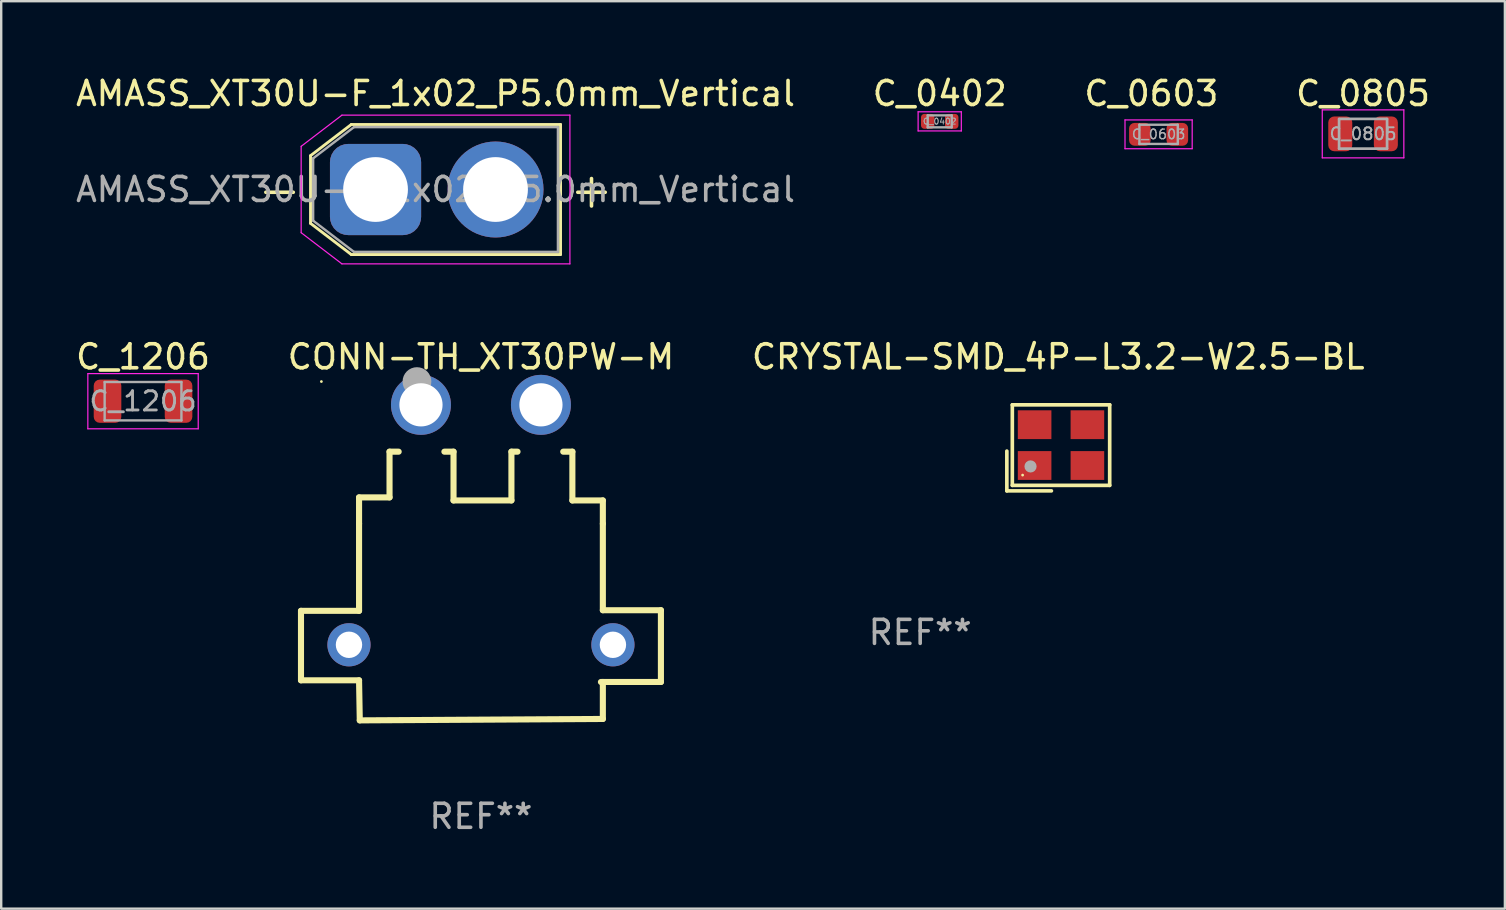
<source format=kicad_pcb>
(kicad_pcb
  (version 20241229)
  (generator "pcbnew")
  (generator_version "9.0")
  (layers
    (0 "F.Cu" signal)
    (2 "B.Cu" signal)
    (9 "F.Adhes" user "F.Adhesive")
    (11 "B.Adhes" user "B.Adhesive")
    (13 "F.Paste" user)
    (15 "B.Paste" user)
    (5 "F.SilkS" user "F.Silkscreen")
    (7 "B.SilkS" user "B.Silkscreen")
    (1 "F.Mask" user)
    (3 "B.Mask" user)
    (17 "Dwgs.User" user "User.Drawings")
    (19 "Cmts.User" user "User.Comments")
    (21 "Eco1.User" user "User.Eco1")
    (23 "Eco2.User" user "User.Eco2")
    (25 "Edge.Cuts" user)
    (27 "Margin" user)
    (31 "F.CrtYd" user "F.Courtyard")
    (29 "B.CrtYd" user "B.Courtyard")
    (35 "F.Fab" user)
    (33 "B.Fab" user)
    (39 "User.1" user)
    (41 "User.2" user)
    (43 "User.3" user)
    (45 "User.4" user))
  (footprint "CONN-TH_XT30PW-M"
    (layer "F.Cu")
    (at 16.994 18.822)
    (property "Reference" "CONN-TH_XT30PW-M" (at -0.000127 -7 0) (layer "F.SilkS") (effects (font (size 1 1) (thickness 0.15))))
    (attr through_hole)
    (fp_line (start -7.5 3.585) (end -7.5 6.48) (stroke (width 0.254) (type solid)) (layer "F.SilkS"))
    (fp_line (start -7.5 3.585) (end -5.08 3.585) (stroke (width 0.254) (type solid)) (layer "F.SilkS"))
    (fp_line (start -7.5 6.48) (end -5.08 6.48) (stroke (width 0.254) (type solid)) (layer "F.SilkS"))
    (fp_line (start -5.08 3.585) (end -5.08 -0.047) (stroke (width 0.254) (type solid)) (layer "F.SilkS"))
    (fp_line (start -5.08 6.481) (end -5.05 8.15) (stroke (width 0.254) (type solid)) (layer "F.SilkS"))
    (fp_line (start -5.08 -1.143) (end -5.08 -0.047) (stroke (width 0.254) (type solid)) (layer "F.SilkS"))
    (fp_line (start -5.05 8.15) (end 5.08 8.091) (stroke (width 0.254) (type solid)) (layer "F.SilkS"))
    (fp_line (start -3.81 -3.048) (end -3.81 -1.143) (stroke (width 0.254) (type solid)) (layer "F.SilkS"))
    (fp_line (start -3.81 -1.143) (end -5.08 -1.143) (stroke (width 0.254) (type solid)) (layer "F.SilkS"))
    (fp_line (start -3.429 -3.048) (end -3.81 -3.048) (stroke (width 0.254) (type solid)) (layer "F.SilkS"))
    (fp_line (start -1.524 -3.048) (end -1.143 -3.048) (stroke (width 0.254) (type solid)) (layer "F.SilkS"))
    (fp_line (start -1.143 -3.048) (end -1.143 -1.016) (stroke (width 0.254) (type solid)) (layer "F.SilkS"))
    (fp_line (start -1.143 -1.016) (end 1.27 -1.016) (stroke (width 0.254) (type solid)) (layer "F.SilkS"))
    (fp_line (start 1.27 -3.048) (end 1.524 -3.048) (stroke (width 0.254) (type solid)) (layer "F.SilkS"))
    (fp_line (start 1.27 -1.016) (end 1.27 -3.048) (stroke (width 0.254) (type solid)) (layer "F.SilkS"))
    (fp_line (start 3.429 -3.048) (end 3.81 -3.048) (stroke (width 0.254) (type solid)) (layer "F.SilkS"))
    (fp_line (start 3.81 -3.048) (end 3.81 -1.016) (stroke (width 0.254) (type solid)) (layer "F.SilkS"))
    (fp_line (start 3.81 -1.016) (end 5.08 -1.016) (stroke (width 0.254) (type solid)) (layer "F.SilkS"))
    (fp_line (start 5 6.55) (end 7.5 6.55) (stroke (width 0.254) (type solid)) (layer "F.SilkS"))
    (fp_line (start 5.08 3.559) (end 5.08 -0.047) (stroke (width 0.254) (type solid)) (layer "F.SilkS"))
    (fp_line (start 5.08 3.559) (end 7.5 3.559) (stroke (width 0.254) (type solid)) (layer "F.SilkS"))
    (fp_line (start 5.08 8.091) (end 5.08 6.549) (stroke (width 0.254) (type solid)) (layer "F.SilkS"))
    (fp_line (start 5.08 -1.016) (end 5.08 -0.047) (stroke (width 0.254) (type solid)) (layer "F.SilkS"))
    (fp_line (start 7.5 3.559) (end 7.5 6.55) (stroke (width 0.254) (type solid)) (layer "F.SilkS"))
    (fp_circle (center -6.65 -5.971) (end -6.62 -5.971) (stroke (width 0.06) (type solid)) (fill no) (layer "F.SilkS"))
    (fp_circle (center -2.667 -5.969) (end -2.367 -5.969) (stroke (width 0.6) (type solid)) (fill no) (layer "F.Fab"))
    (fp_text user "REF**" (at -0.000127 12.15 0) (layer "F.Fab") (effects (font (size 1 1) (thickness 0.15))))
    (pad "1" thru_hole circle (at -2.5 -5) (size 2.5 2.5) (drill 1.8) (layers "*.Cu" "*.Mask"))
    (pad "2" thru_hole circle (at 2.5 -5) (size 2.5 2.5) (drill 1.8) (layers "*.Cu" "*.Mask"))
    (pad "3" thru_hole circle (at 5.5 5) (size 1.8 1.8) (drill 1.1) (layers "*.Cu" "*.Mask"))
    (pad "4" thru_hole circle (at -5.5 5) (size 1.8 1.8) (drill 1.1) (layers "*.Cu" "*.Mask")))
  (footprint "C_1206"
    (layer "F.Cu")
    (at 2.911 13.671)
    (property "Reference" "C_1206" (at 0 -1.85 180) (layer "F.SilkS") (effects (font (size 1 1) (thickness 0.15))))
    (attr smd)
    (fp_line (start -2.3 -1.15) (end 2.3 -1.15) (stroke (width 0.05) (type solid)) (layer "F.CrtYd"))
    (fp_line (start -2.3 1.15) (end -2.3 -1.15) (stroke (width 0.05) (type solid)) (layer "F.CrtYd"))
    (fp_line (start 2.3 -1.15) (end 2.3 1.15) (stroke (width 0.05) (type solid)) (layer "F.CrtYd"))
    (fp_line (start 2.3 1.15) (end -2.3 1.15) (stroke (width 0.05) (type solid)) (layer "F.CrtYd"))
    (fp_line (start -1.6 -0.8) (end 1.6 -0.8) (stroke (width 0.1) (type solid)) (layer "F.Fab"))
    (fp_line (start -1.6 0.8) (end -1.6 -0.8) (stroke (width 0.1) (type solid)) (layer "F.Fab"))
    (fp_line (start 1.6 -0.8) (end 1.6 0.8) (stroke (width 0.1) (type solid)) (layer "F.Fab"))
    (fp_line (start 1.6 0.8) (end -1.6 0.8) (stroke (width 0.1) (type solid)) (layer "F.Fab"))
    (fp_text user "${REFERENCE}" (at 0 0 180) (layer "F.Fab") (effects (font (size 0.8 0.8) (thickness 0.12))))
    (pad "1" smd roundrect (at -1.48 0) (size 1.15 1.8) (layers "F.Cu" "F.Mask" "F.Paste") (roundrect_rratio 0.217))
    (pad "2" smd roundrect (at 1.48 0) (size 1.15 1.8) (layers "F.Cu" "F.Mask" "F.Paste") (roundrect_rratio 0.217)))
  (footprint "C_0805"
    (layer "F.Cu")
    (at 53.756 2.528)
    (property "Reference" "C_0805" (at 0 -1.68 0) (layer "F.SilkS") (effects (font (size 1 1) (thickness 0.15))))
    (attr smd)
    (fp_line (start -1.7 -1) (end 1.7 -1) (stroke (width 0.05) (type solid)) (layer "F.CrtYd"))
    (fp_line (start -1.7 1) (end -1.7 -1) (stroke (width 0.05) (type solid)) (layer "F.CrtYd"))
    (fp_line (start 1.7 -1) (end 1.7 1) (stroke (width 0.05) (type solid)) (layer "F.CrtYd"))
    (fp_line (start 1.7 1) (end -1.7 1) (stroke (width 0.05) (type solid)) (layer "F.CrtYd"))
    (fp_line (start -1 -0.62) (end 1 -0.62) (stroke (width 0.1) (type solid)) (layer "F.Fab"))
    (fp_line (start -1 -0.62) (end 1 -0.62) (stroke (width 0.1) (type solid)) (layer "F.Fab"))
    (fp_line (start -1 0.62) (end -1 -0.62) (stroke (width 0.1) (type solid)) (layer "F.Fab"))
    (fp_line (start -1 0.62) (end -1 -0.62) (stroke (width 0.1) (type solid)) (layer "F.Fab"))
    (fp_line (start 1 -0.62) (end 1 0.62) (stroke (width 0.1) (type solid)) (layer "F.Fab"))
    (fp_line (start 1 -0.62) (end 1 0.62) (stroke (width 0.1) (type solid)) (layer "F.Fab"))
    (fp_line (start 1 0.62) (end -1 0.62) (stroke (width 0.1) (type solid)) (layer "F.Fab"))
    (fp_line (start 1 0.62) (end -1 0.62) (stroke (width 0.1) (type solid)) (layer "F.Fab"))
    (fp_text user "${REFERENCE}" (at 0 0 0) (layer "F.Fab") (effects (font (size 0.5 0.5) (thickness 0.08))))
    (pad "1" smd roundrect (at -0.95 0) (size 1 1.45) (layers "F.Cu" "F.Mask" "F.Paste") (roundrect_rratio 0.25))
    (pad "2" smd roundrect (at 0.95 0) (size 1 1.45) (layers "F.Cu" "F.Mask" "F.Paste") (roundrect_rratio 0.25)))
  (footprint "CRYSTAL-SMD_4P-L3.2-W2.5-BL"
    (layer "F.Cu")
    (at 41.168 15.5)
    (property "Reference" "CRYSTAL-SMD_4P-L3.2-W2.5-BL" (at -0.114 -3.679 0) (layer "F.SilkS") (effects (font (size 1 1) (thickness 0.15))))
    (attr smd)
    (fp_line (start -2.257 0.25) (end -2.257 1.907) (stroke (width 0.152) (type solid)) (layer "F.SilkS"))
    (fp_line (start -2.257 1.907) (end -0.4 1.907) (stroke (width 0.152) (type solid)) (layer "F.SilkS"))
    (fp_line (start -2.029 -1.679) (end 2.029 -1.679) (stroke (width 0.152) (type solid)) (layer "F.SilkS"))
    (fp_line (start -2.029 1.678) (end -2.029 -1.679) (stroke (width 0.152) (type solid)) (layer "F.SilkS"))
    (fp_line (start 2.029 -1.679) (end 2.029 1.678) (stroke (width 0.152) (type solid)) (layer "F.SilkS"))
    (fp_line (start 2.029 1.678) (end -2.029 1.678) (stroke (width 0.152) (type solid)) (layer "F.SilkS"))
    (fp_circle (center -1.6 1.25) (end -1.57 1.25) (stroke (width 0.06) (type solid)) (fill no) (layer "F.SilkS"))
    (fp_circle (center -1.27 0.889) (end -1.143 0.889) (stroke (width 0.254) (type solid)) (fill no) (layer "F.Fab"))
    (fp_text user "REF**" (at -5.869 7.807 0) (layer "F.Fab") (effects (font (size 1 1) (thickness 0.15))))
    (pad "1" smd rect (at -1.1 0.85) (size 1.4 1.2) (layers "F.Cu" "F.Mask" "F.Paste"))
    (pad "2" smd rect (at 1.1 0.85) (size 1.4 1.2) (layers "F.Cu" "F.Mask" "F.Paste"))
    (pad "3" smd rect (at 1.1 -0.85) (size 1.4 1.2) (layers "F.Cu" "F.Mask" "F.Paste"))
    (pad "4" smd rect (at -1.1 -0.85) (size 1.4 1.2) (layers "F.Cu" "F.Mask" "F.Paste")))
  (footprint "C_0402"
    (layer "F.Cu")
    (at 36.113 2.008)
    (property "Reference" "C_0402" (at 0 -1.16 0) (layer "F.SilkS") (effects (font (size 1 1) (thickness 0.15))))
    (attr smd)
    (fp_line (start -0.9 -0.4) (end -0.9 0.4) (stroke (width 0.05) (type default)) (layer "F.CrtYd"))
    (fp_line (start -0.9 -0.4) (end 0.9 -0.4) (stroke (width 0.05) (type default)) (layer "F.CrtYd"))
    (fp_line (start 0.9 -0.4) (end 0.9 0.4) (stroke (width 0.05) (type default)) (layer "F.CrtYd"))
    (fp_line (start 0.9 0.4) (end -0.9 0.4) (stroke (width 0.05) (type default)) (layer "F.CrtYd"))
    (fp_line (start -0.5 -0.25) (end 0.5 -0.25) (stroke (width 0.1) (type solid)) (layer "F.Fab"))
    (fp_line (start -0.5 0.25) (end -0.5 -0.25) (stroke (width 0.1) (type solid)) (layer "F.Fab"))
    (fp_line (start 0.5 -0.25) (end 0.5 0.25) (stroke (width 0.1) (type solid)) (layer "F.Fab"))
    (fp_line (start 0.5 0.25) (end -0.5 0.25) (stroke (width 0.1) (type solid)) (layer "F.Fab"))
    (fp_text user "${REFERENCE}" (at 0 0 0) (layer "F.Fab") (effects (font (size 0.25 0.25) (thickness 0.04))))
    (pad "1" smd roundrect (at -0.5 0) (size 0.56 0.62) (layers "F.Cu" "F.Mask" "F.Paste") (roundrect_rratio 0.25))
    (pad "2" smd roundrect (at 0.5 0) (size 0.56 0.62) (layers "F.Cu" "F.Mask" "F.Paste") (roundrect_rratio 0.25)))
  (footprint "AMASS_XT30U-F_1x02_P5.0mm_Vertical"
    (layer "F.Cu")
    (at 12.601 4.848)
    (property "Reference" "AMASS_XT30U-F_1x02_P5.0mm_Vertical" (at 2.5 -4 0) (layer "F.SilkS") (effects (font (size 1 1) (thickness 0.15))))
    (attr through_hole)
    (fp_line (start -2.71 -1.41) (end -2.71 1.41) (stroke (width 0.12) (type solid)) (layer "F.SilkS"))
    (fp_line (start -2.71 -1.41) (end -1.01 -2.71) (stroke (width 0.12) (type solid)) (layer "F.SilkS"))
    (fp_line (start -2.71 1.41) (end -1.01 2.71) (stroke (width 0.12) (type solid)) (layer "F.SilkS"))
    (fp_line (start -1.01 -2.71) (end 7.71 -2.71) (stroke (width 0.12) (type solid)) (layer "F.SilkS"))
    (fp_line (start -1.01 2.71) (end 7.71 2.71) (stroke (width 0.12) (type solid)) (layer "F.SilkS"))
    (fp_line (start 7.71 -2.71) (end 7.71 2.71) (stroke (width 0.12) (type solid)) (layer "F.SilkS"))
    (fp_line (start -3.1 -1.8) (end -3.1 1.8) (stroke (width 0.05) (type solid)) (layer "F.CrtYd"))
    (fp_line (start -3.1 -1.8) (end -1.4 -3.1) (stroke (width 0.05) (type solid)) (layer "F.CrtYd"))
    (fp_line (start -3.1 1.8) (end -1.4 3.1) (stroke (width 0.05) (type solid)) (layer "F.CrtYd"))
    (fp_line (start -1.4 -3.1) (end 8.1 -3.1) (stroke (width 0.05) (type solid)) (layer "F.CrtYd"))
    (fp_line (start -1.4 3.1) (end 8.1 3.1) (stroke (width 0.05) (type solid)) (layer "F.CrtYd"))
    (fp_line (start 8.1 -3.1) (end 8.1 3.1) (stroke (width 0.05) (type solid)) (layer "F.CrtYd"))
    (fp_line (start -2.6 -1.3) (end -2.6 1.3) (stroke (width 0.1) (type solid)) (layer "F.Fab"))
    (fp_line (start -2.6 -1.3) (end -0.9 -2.6) (stroke (width 0.1) (type solid)) (layer "F.Fab"))
    (fp_line (start -2.6 1.3) (end -0.9 2.6) (stroke (width 0.1) (type solid)) (layer "F.Fab"))
    (fp_line (start -0.9 -2.6) (end 7.6 -2.6) (stroke (width 0.1) (type solid)) (layer "F.Fab"))
    (fp_line (start -0.9 2.6) (end 7.6 2.6) (stroke (width 0.1) (type solid)) (layer "F.Fab"))
    (fp_line (start 7.6 -2.6) (end 7.6 2.6) (stroke (width 0.1) (type solid)) (layer "F.Fab"))
    (fp_text user "-" (at -4 0 0) (layer "F.SilkS") (effects (font (size 1.5 1.5) (thickness 0.15))))
    (fp_text user "+" (at 9 0 0) (layer "F.SilkS") (effects (font (size 1.5 1.5) (thickness 0.15))))
    (fp_text user "${REFERENCE}" (at 2.5 0 0) (layer "F.Fab") (effects (font (size 1 1) (thickness 0.15))))
    (pad "1" thru_hole roundrect (at 0 0) (size 3.8 3.8) (drill 2.7) (layers "*.Cu" "*.Mask") (roundrect_rratio 0.2))
    (pad "2" thru_hole circle (at 5 0) (size 4 4) (drill 2.7) (layers "*.Cu" "*.Mask")))
  (footprint "C_0603"
    (layer "F.Cu")
    (at 45.235 2.548)
    (property "Reference" "C_0603" (at -0.3 -1.7 180) (layer "F.SilkS") (effects (font (size 1 1) (thickness 0.15))))
    (attr smd)
    (fp_line (start -1.4 -0.6) (end 1.4 -0.6) (stroke (width 0.05) (type default)) (layer "F.CrtYd"))
    (fp_line (start -1.4 0.6) (end -1.4 -0.6) (stroke (width 0.05) (type default)) (layer "F.CrtYd"))
    (fp_line (start 1.4 -0.6) (end 1.4 0.6) (stroke (width 0.05) (type default)) (layer "F.CrtYd"))
    (fp_line (start 1.4 0.6) (end -1.4 0.6) (stroke (width 0.05) (type default)) (layer "F.CrtYd"))
    (fp_line (start -0.8 -0.4) (end 0.8 -0.4) (stroke (width 0.1) (type solid)) (layer "F.Fab"))
    (fp_line (start -0.8 0.4) (end -0.8 -0.4) (stroke (width 0.1) (type solid)) (layer "F.Fab"))
    (fp_line (start 0.8 -0.4) (end 0.8 0.4) (stroke (width 0.1) (type solid)) (layer "F.Fab"))
    (fp_line (start 0.8 0.4) (end -0.8 0.4) (stroke (width 0.1) (type solid)) (layer "F.Fab"))
    (fp_text user "${REFERENCE}" (at 0 0 180) (layer "F.Fab") (effects (font (size 0.4 0.4) (thickness 0.06))))
    (pad "1" smd roundrect (at -0.78 0) (size 0.9 0.95) (layers "F.Cu" "F.Mask" "F.Paste") (roundrect_rratio 0.25))
    (pad "2" smd roundrect (at 0.78 0) (size 0.9 0.95) (layers "F.Cu" "F.Mask" "F.Paste") (roundrect_rratio 0.25)))
  (gr_rect
    (start -3 -3)
    (end 59.667 34.819)
    (stroke (width 0.1) (type default))
    (fill no)
    (layer "Edge.Cuts")))
</source>
